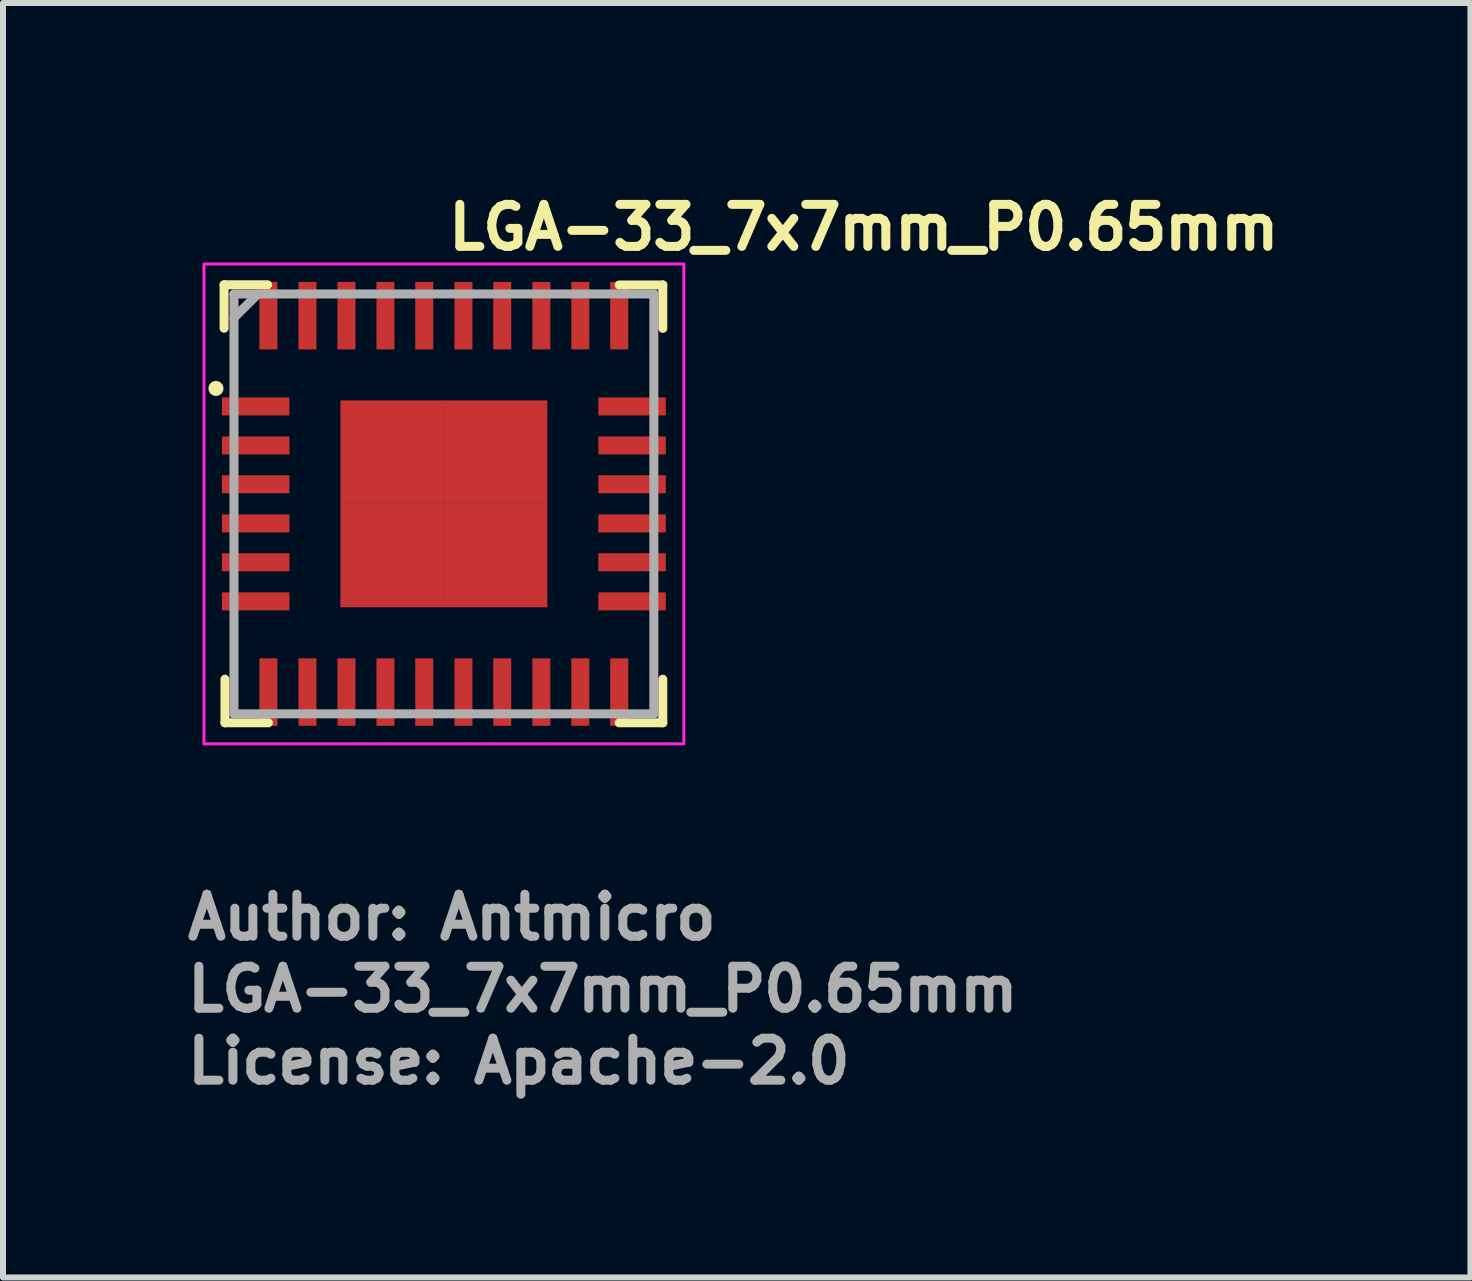
<source format=kicad_pcb>
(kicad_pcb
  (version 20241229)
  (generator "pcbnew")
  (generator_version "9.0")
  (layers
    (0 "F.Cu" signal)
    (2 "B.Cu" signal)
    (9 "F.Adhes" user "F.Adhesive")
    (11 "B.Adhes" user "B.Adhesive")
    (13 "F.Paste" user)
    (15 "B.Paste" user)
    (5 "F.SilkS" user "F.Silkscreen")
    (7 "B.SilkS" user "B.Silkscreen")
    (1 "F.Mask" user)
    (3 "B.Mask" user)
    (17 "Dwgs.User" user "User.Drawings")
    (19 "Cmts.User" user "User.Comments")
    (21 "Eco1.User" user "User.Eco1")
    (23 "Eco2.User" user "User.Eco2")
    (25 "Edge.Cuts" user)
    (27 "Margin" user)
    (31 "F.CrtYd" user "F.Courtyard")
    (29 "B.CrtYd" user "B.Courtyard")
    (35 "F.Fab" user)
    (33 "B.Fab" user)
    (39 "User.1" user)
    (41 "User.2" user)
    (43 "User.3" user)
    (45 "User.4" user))
  (footprint "LGA-33_7x7mm_P0.65mm"
    (layer "F.Cu")
    (at 4.35 5.35)
    (property "Reference" "LGA-33_7x7mm_P0.65mm" (at 0 -4.2 0) (layer "F.SilkS") (effects (font (size 0.7 0.7) (thickness 0.15)) (justify left bottom)))
    (attr smd)
    (fp_line (start -3.665 -3.653) (end -2.94 -3.653) (stroke (width 0.15) (type solid)) (layer "F.SilkS"))
    (fp_line (start -3.665 -2.928) (end -3.665 -3.653) (stroke (width 0.15) (type solid)) (layer "F.SilkS"))
    (fp_line (start -3.65 3.648) (end -3.65 2.922) (stroke (width 0.15) (type solid)) (layer "F.SilkS"))
    (fp_line (start -2.926 3.648) (end -3.65 3.648) (stroke (width 0.15) (type solid)) (layer "F.SilkS"))
    (fp_line (start 2.922 -3.65) (end 3.648 -3.65) (stroke (width 0.15) (type solid)) (layer "F.SilkS"))
    (fp_line (start 2.922 3.648) (end 3.648 3.648) (stroke (width 0.15) (type solid)) (layer "F.SilkS"))
    (fp_line (start 3.648 -3.65) (end 3.648 -2.926) (stroke (width 0.15) (type solid)) (layer "F.SilkS"))
    (fp_line (start 3.648 3.648) (end 3.648 2.922) (stroke (width 0.15) (type solid)) (layer "F.SilkS"))
    (fp_circle (center -3.8 -1.925) (end -3.75 -1.925) (stroke (width 0.15) (type solid)) (fill yes) (layer "F.SilkS"))
    (fp_rect (start -4 -4) (end 3.999 3.999) (stroke (width 0.05) (type solid)) (fill no) (layer "F.CrtYd"))
    (fp_line (start -3.5 -3.5) (end -3.5 3.499) (stroke (width 0.15) (type solid)) (layer "F.Fab"))
    (fp_line (start -3.5 3.499) (end 3.499 3.499) (stroke (width 0.15) (type solid)) (layer "F.Fab"))
    (fp_line (start -3.101 -3.5) (end -3.5 -3.101) (stroke (width 0.15) (type solid)) (layer "F.Fab"))
    (fp_line (start 3.499 -3.5) (end -3.5 -3.5) (stroke (width 0.15) (type solid)) (layer "F.Fab"))
    (fp_line (start 3.499 3.499) (end 3.499 -3.5) (stroke (width 0.15) (type solid)) (layer "F.Fab"))
    (fp_rect (start -3.5 -3.5) (end 3.499 3.499) (stroke (width 0.1) (type solid)) (fill no) (layer "User.5"))
    (fp_line (start -3.5 -3.5) (end -3.5 3.499) (stroke (width 0.02) (type solid)) (layer "User.9"))
    (fp_line (start -3.5 3.499) (end 3.499 3.499) (stroke (width 0.02) (type solid)) (layer "User.9"))
    (fp_line (start -3 -2.621) (end -3 -2.601) (stroke (width 0.02) (type solid)) (layer "User.9"))
    (fp_line (start -3 -2.621) (end -3 -2.601) (stroke (width 0.02) (type solid)) (layer "User.9"))
    (fp_line (start -3 -2.601) (end -3 -2.601) (stroke (width 0.02) (type solid)) (layer "User.9"))
    (fp_line (start -3 -2.601) (end -3 -2.601) (stroke (width 0.02) (type solid)) (layer "User.9"))
    (fp_line (start -3 -2.601) (end -3 -2.581) (stroke (width 0.02) (type solid)) (layer "User.9"))
    (fp_line (start -3 -2.601) (end -3 -2.581) (stroke (width 0.02) (type solid)) (layer "User.9"))
    (fp_line (start -3 -2.581) (end -2.999 -2.56) (stroke (width 0.02) (type solid)) (layer "User.9"))
    (fp_line (start -3 -2.581) (end -2.999 -2.56) (stroke (width 0.02) (type solid)) (layer "User.9"))
    (fp_line (start -2.999 -2.641) (end -3 -2.621) (stroke (width 0.02) (type solid)) (layer "User.9"))
    (fp_line (start -2.999 -2.641) (end -3 -2.621) (stroke (width 0.02) (type solid)) (layer "User.9"))
    (fp_line (start -2.999 -2.56) (end -2.996 -2.54) (stroke (width 0.02) (type solid)) (layer "User.9"))
    (fp_line (start -2.999 -2.56) (end -2.996 -2.54) (stroke (width 0.02) (type solid)) (layer "User.9"))
    (fp_line (start -2.996 -2.661) (end -2.999 -2.641) (stroke (width 0.02) (type solid)) (layer "User.9"))
    (fp_line (start -2.996 -2.661) (end -2.999 -2.641) (stroke (width 0.02) (type solid)) (layer "User.9"))
    (fp_line (start -2.996 -2.54) (end -2.992 -2.52) (stroke (width 0.02) (type solid)) (layer "User.9"))
    (fp_line (start -2.996 -2.54) (end -2.992 -2.52) (stroke (width 0.02) (type solid)) (layer "User.9"))
    (fp_line (start -2.992 -2.681) (end -2.996 -2.661) (stroke (width 0.02) (type solid)) (layer "User.9"))
    (fp_line (start -2.992 -2.681) (end -2.996 -2.661) (stroke (width 0.02) (type solid)) (layer "User.9"))
    (fp_line (start -2.992 -2.52) (end -2.988 -2.501) (stroke (width 0.02) (type solid)) (layer "User.9"))
    (fp_line (start -2.992 -2.52) (end -2.988 -2.501) (stroke (width 0.02) (type solid)) (layer "User.9"))
    (fp_line (start -2.988 -2.701) (end -2.992 -2.681) (stroke (width 0.02) (type solid)) (layer "User.9"))
    (fp_line (start -2.988 -2.701) (end -2.992 -2.681) (stroke (width 0.02) (type solid)) (layer "User.9"))
    (fp_line (start -2.988 -2.501) (end -2.983 -2.483) (stroke (width 0.02) (type solid)) (layer "User.9"))
    (fp_line (start -2.988 -2.501) (end -2.983 -2.483) (stroke (width 0.02) (type solid)) (layer "User.9"))
    (fp_line (start -2.983 -2.719) (end -2.988 -2.701) (stroke (width 0.02) (type solid)) (layer "User.9"))
    (fp_line (start -2.983 -2.719) (end -2.988 -2.701) (stroke (width 0.02) (type solid)) (layer "User.9"))
    (fp_line (start -2.983 -2.483) (end -2.976 -2.464) (stroke (width 0.02) (type solid)) (layer "User.9"))
    (fp_line (start -2.983 -2.483) (end -2.976 -2.464) (stroke (width 0.02) (type solid)) (layer "User.9"))
    (fp_line (start -2.976 -2.738) (end -2.983 -2.719) (stroke (width 0.02) (type solid)) (layer "User.9"))
    (fp_line (start -2.976 -2.738) (end -2.983 -2.719) (stroke (width 0.02) (type solid)) (layer "User.9"))
    (fp_line (start -2.976 -2.464) (end -2.969 -2.445) (stroke (width 0.02) (type solid)) (layer "User.9"))
    (fp_line (start -2.976 -2.464) (end -2.969 -2.445) (stroke (width 0.02) (type solid)) (layer "User.9"))
    (fp_line (start -2.969 -2.757) (end -2.976 -2.738) (stroke (width 0.02) (type solid)) (layer "User.9"))
    (fp_line (start -2.969 -2.757) (end -2.976 -2.738) (stroke (width 0.02) (type solid)) (layer "User.9"))
    (fp_line (start -2.969 -2.445) (end -2.961 -2.427) (stroke (width 0.02) (type solid)) (layer "User.9"))
    (fp_line (start -2.969 -2.445) (end -2.961 -2.427) (stroke (width 0.02) (type solid)) (layer "User.9"))
    (fp_line (start -2.961 -2.774) (end -2.969 -2.757) (stroke (width 0.02) (type solid)) (layer "User.9"))
    (fp_line (start -2.961 -2.774) (end -2.969 -2.757) (stroke (width 0.02) (type solid)) (layer "User.9"))
    (fp_line (start -2.961 -2.427) (end -2.952 -2.411) (stroke (width 0.02) (type solid)) (layer "User.9"))
    (fp_line (start -2.961 -2.427) (end -2.952 -2.411) (stroke (width 0.02) (type solid)) (layer "User.9"))
    (fp_line (start -2.952 -2.791) (end -2.961 -2.774) (stroke (width 0.02) (type solid)) (layer "User.9"))
    (fp_line (start -2.952 -2.791) (end -2.961 -2.774) (stroke (width 0.02) (type solid)) (layer "User.9"))
    (fp_line (start -2.952 -2.411) (end -2.943 -2.394) (stroke (width 0.02) (type solid)) (layer "User.9"))
    (fp_line (start -2.952 -2.411) (end -2.943 -2.394) (stroke (width 0.02) (type solid)) (layer "User.9"))
    (fp_line (start -2.943 -2.809) (end -2.952 -2.791) (stroke (width 0.02) (type solid)) (layer "User.9"))
    (fp_line (start -2.943 -2.809) (end -2.952 -2.791) (stroke (width 0.02) (type solid)) (layer "User.9"))
    (fp_line (start -2.943 -2.394) (end -2.932 -2.378) (stroke (width 0.02) (type solid)) (layer "User.9"))
    (fp_line (start -2.943 -2.394) (end -2.932 -2.378) (stroke (width 0.02) (type solid)) (layer "User.9"))
    (fp_line (start -2.932 -2.824) (end -2.943 -2.809) (stroke (width 0.02) (type solid)) (layer "User.9"))
    (fp_line (start -2.932 -2.824) (end -2.943 -2.809) (stroke (width 0.02) (type solid)) (layer "User.9"))
    (fp_line (start -2.932 -2.378) (end -2.922 -2.362) (stroke (width 0.02) (type solid)) (layer "User.9"))
    (fp_line (start -2.932 -2.378) (end -2.922 -2.362) (stroke (width 0.02) (type solid)) (layer "User.9"))
    (fp_line (start -2.922 -2.84) (end -2.932 -2.824) (stroke (width 0.02) (type solid)) (layer "User.9"))
    (fp_line (start -2.922 -2.84) (end -2.932 -2.824) (stroke (width 0.02) (type solid)) (layer "User.9"))
    (fp_line (start -2.922 -2.362) (end -2.91 -2.347) (stroke (width 0.02) (type solid)) (layer "User.9"))
    (fp_line (start -2.922 -2.362) (end -2.91 -2.347) (stroke (width 0.02) (type solid)) (layer "User.9"))
    (fp_line (start -2.91 -2.855) (end -2.922 -2.84) (stroke (width 0.02) (type solid)) (layer "User.9"))
    (fp_line (start -2.91 -2.855) (end -2.922 -2.84) (stroke (width 0.02) (type solid)) (layer "User.9"))
    (fp_line (start -2.91 -2.347) (end -2.896 -2.332) (stroke (width 0.02) (type solid)) (layer "User.9"))
    (fp_line (start -2.91 -2.347) (end -2.896 -2.332) (stroke (width 0.02) (type solid)) (layer "User.9"))
    (fp_line (start -2.896 -2.87) (end -2.91 -2.855) (stroke (width 0.02) (type solid)) (layer "User.9"))
    (fp_line (start -2.896 -2.87) (end -2.91 -2.855) (stroke (width 0.02) (type solid)) (layer "User.9"))
    (fp_line (start -2.896 -2.332) (end -2.883 -2.319) (stroke (width 0.02) (type solid)) (layer "User.9"))
    (fp_line (start -2.896 -2.332) (end -2.883 -2.319) (stroke (width 0.02) (type solid)) (layer "User.9"))
    (fp_line (start -2.883 -2.883) (end -2.896 -2.87) (stroke (width 0.02) (type solid)) (layer "User.9"))
    (fp_line (start -2.883 -2.883) (end -2.896 -2.87) (stroke (width 0.02) (type solid)) (layer "User.9"))
    (fp_line (start -2.883 -2.319) (end -2.87 -2.305) (stroke (width 0.02) (type solid)) (layer "User.9"))
    (fp_line (start -2.883 -2.319) (end -2.87 -2.305) (stroke (width 0.02) (type solid)) (layer "User.9"))
    (fp_line (start -2.87 -2.898) (end -2.883 -2.883) (stroke (width 0.02) (type solid)) (layer "User.9"))
    (fp_line (start -2.87 -2.898) (end -2.883 -2.883) (stroke (width 0.02) (type solid)) (layer "User.9"))
    (fp_line (start -2.87 -2.305) (end -2.855 -2.293) (stroke (width 0.02) (type solid)) (layer "User.9"))
    (fp_line (start -2.87 -2.305) (end -2.855 -2.293) (stroke (width 0.02) (type solid)) (layer "User.9"))
    (fp_line (start -2.855 -2.91) (end -2.87 -2.898) (stroke (width 0.02) (type solid)) (layer "User.9"))
    (fp_line (start -2.855 -2.91) (end -2.87 -2.898) (stroke (width 0.02) (type solid)) (layer "User.9"))
    (fp_line (start -2.855 -2.293) (end -2.84 -2.281) (stroke (width 0.02) (type solid)) (layer "User.9"))
    (fp_line (start -2.855 -2.293) (end -2.84 -2.281) (stroke (width 0.02) (type solid)) (layer "User.9"))
    (fp_line (start -2.84 -2.922) (end -2.855 -2.91) (stroke (width 0.02) (type solid)) (layer "User.9"))
    (fp_line (start -2.84 -2.922) (end -2.855 -2.91) (stroke (width 0.02) (type solid)) (layer "User.9"))
    (fp_line (start -2.84 -2.281) (end -2.824 -2.27) (stroke (width 0.02) (type solid)) (layer "User.9"))
    (fp_line (start -2.84 -2.281) (end -2.824 -2.27) (stroke (width 0.02) (type solid)) (layer "User.9"))
    (fp_line (start -2.824 -2.932) (end -2.84 -2.922) (stroke (width 0.02) (type solid)) (layer "User.9"))
    (fp_line (start -2.824 -2.932) (end -2.84 -2.922) (stroke (width 0.02) (type solid)) (layer "User.9"))
    (fp_line (start -2.824 -2.27) (end -2.809 -2.258) (stroke (width 0.02) (type solid)) (layer "User.9"))
    (fp_line (start -2.824 -2.27) (end -2.809 -2.258) (stroke (width 0.02) (type solid)) (layer "User.9"))
    (fp_line (start -2.809 -2.943) (end -2.824 -2.932) (stroke (width 0.02) (type solid)) (layer "User.9"))
    (fp_line (start -2.809 -2.943) (end -2.824 -2.932) (stroke (width 0.02) (type solid)) (layer "User.9"))
    (fp_line (start -2.809 -2.258) (end -2.791 -2.25) (stroke (width 0.02) (type solid)) (layer "User.9"))
    (fp_line (start -2.809 -2.258) (end -2.791 -2.25) (stroke (width 0.02) (type solid)) (layer "User.9"))
    (fp_line (start -2.791 -2.952) (end -2.809 -2.943) (stroke (width 0.02) (type solid)) (layer "User.9"))
    (fp_line (start -2.791 -2.952) (end -2.809 -2.943) (stroke (width 0.02) (type solid)) (layer "User.9"))
    (fp_line (start -2.791 -2.25) (end -2.774 -2.241) (stroke (width 0.02) (type solid)) (layer "User.9"))
    (fp_line (start -2.791 -2.25) (end -2.774 -2.241) (stroke (width 0.02) (type solid)) (layer "User.9"))
    (fp_line (start -2.774 -2.961) (end -2.791 -2.952) (stroke (width 0.02) (type solid)) (layer "User.9"))
    (fp_line (start -2.774 -2.961) (end -2.791 -2.952) (stroke (width 0.02) (type solid)) (layer "User.9"))
    (fp_line (start -2.774 -2.241) (end -2.757 -2.233) (stroke (width 0.02) (type solid)) (layer "User.9"))
    (fp_line (start -2.774 -2.241) (end -2.757 -2.233) (stroke (width 0.02) (type solid)) (layer "User.9"))
    (fp_line (start -2.757 -2.969) (end -2.774 -2.961) (stroke (width 0.02) (type solid)) (layer "User.9"))
    (fp_line (start -2.757 -2.969) (end -2.774 -2.961) (stroke (width 0.02) (type solid)) (layer "User.9"))
    (fp_line (start -2.757 -2.233) (end -2.738 -2.226) (stroke (width 0.02) (type solid)) (layer "User.9"))
    (fp_line (start -2.757 -2.233) (end -2.738 -2.226) (stroke (width 0.02) (type solid)) (layer "User.9"))
    (fp_line (start -2.738 -2.976) (end -2.757 -2.969) (stroke (width 0.02) (type solid)) (layer "User.9"))
    (fp_line (start -2.738 -2.976) (end -2.757 -2.969) (stroke (width 0.02) (type solid)) (layer "User.9"))
    (fp_line (start -2.738 -2.226) (end -2.719 -2.219) (stroke (width 0.02) (type solid)) (layer "User.9"))
    (fp_line (start -2.738 -2.226) (end -2.719 -2.219) (stroke (width 0.02) (type solid)) (layer "User.9"))
    (fp_line (start -2.719 -2.983) (end -2.738 -2.976) (stroke (width 0.02) (type solid)) (layer "User.9"))
    (fp_line (start -2.719 -2.983) (end -2.738 -2.976) (stroke (width 0.02) (type solid)) (layer "User.9"))
    (fp_line (start -2.719 -2.219) (end -2.701 -2.214) (stroke (width 0.02) (type solid)) (layer "User.9"))
    (fp_line (start -2.719 -2.219) (end -2.701 -2.214) (stroke (width 0.02) (type solid)) (layer "User.9"))
    (fp_line (start -2.701 -2.988) (end -2.719 -2.983) (stroke (width 0.02) (type solid)) (layer "User.9"))
    (fp_line (start -2.701 -2.988) (end -2.719 -2.983) (stroke (width 0.02) (type solid)) (layer "User.9"))
    (fp_line (start -2.701 -2.214) (end -2.681 -2.21) (stroke (width 0.02) (type solid)) (layer "User.9"))
    (fp_line (start -2.701 -2.214) (end -2.681 -2.21) (stroke (width 0.02) (type solid)) (layer "User.9"))
    (fp_line (start -2.681 -2.992) (end -2.701 -2.988) (stroke (width 0.02) (type solid)) (layer "User.9"))
    (fp_line (start -2.681 -2.992) (end -2.701 -2.988) (stroke (width 0.02) (type solid)) (layer "User.9"))
    (fp_line (start -2.681 -2.21) (end -2.661 -2.206) (stroke (width 0.02) (type solid)) (layer "User.9"))
    (fp_line (start -2.681 -2.21) (end -2.661 -2.206) (stroke (width 0.02) (type solid)) (layer "User.9"))
    (fp_line (start -2.661 -2.996) (end -2.681 -2.992) (stroke (width 0.02) (type solid)) (layer "User.9"))
    (fp_line (start -2.661 -2.996) (end -2.681 -2.992) (stroke (width 0.02) (type solid)) (layer "User.9"))
    (fp_line (start -2.661 -2.206) (end -2.641 -2.203) (stroke (width 0.02) (type solid)) (layer "User.9"))
    (fp_line (start -2.661 -2.206) (end -2.641 -2.203) (stroke (width 0.02) (type solid)) (layer "User.9"))
    (fp_line (start -2.641 -2.999) (end -2.661 -2.996) (stroke (width 0.02) (type solid)) (layer "User.9"))
    (fp_line (start -2.641 -2.999) (end -2.661 -2.996) (stroke (width 0.02) (type solid)) (layer "User.9"))
    (fp_line (start -2.641 -2.203) (end -2.621 -2.202) (stroke (width 0.02) (type solid)) (layer "User.9"))
    (fp_line (start -2.641 -2.203) (end -2.621 -2.202) (stroke (width 0.02) (type solid)) (layer "User.9"))
    (fp_line (start -2.621 -3) (end -2.641 -2.999) (stroke (width 0.02) (type solid)) (layer "User.9"))
    (fp_line (start -2.621 -3) (end -2.641 -2.999) (stroke (width 0.02) (type solid)) (layer "User.9"))
    (fp_line (start -2.621 -2.202) (end -2.601 -2.202) (stroke (width 0.02) (type solid)) (layer "User.9"))
    (fp_line (start -2.621 -2.202) (end -2.601 -2.202) (stroke (width 0.02) (type solid)) (layer "User.9"))
    (fp_line (start -2.601 -3) (end -2.621 -3) (stroke (width 0.02) (type solid)) (layer "User.9"))
    (fp_line (start -2.601 -3) (end -2.621 -3) (stroke (width 0.02) (type solid)) (layer "User.9"))
    (fp_line (start -2.601 -2.202) (end -2.581 -2.202) (stroke (width 0.02) (type solid)) (layer "User.9"))
    (fp_line (start -2.601 -2.202) (end -2.581 -2.202) (stroke (width 0.02) (type solid)) (layer "User.9"))
    (fp_line (start -2.581 -3) (end -2.601 -3) (stroke (width 0.02) (type solid)) (layer "User.9"))
    (fp_line (start -2.581 -3) (end -2.601 -3) (stroke (width 0.02) (type solid)) (layer "User.9"))
    (fp_line (start -2.581 -2.202) (end -2.56 -2.203) (stroke (width 0.02) (type solid)) (layer "User.9"))
    (fp_line (start -2.581 -2.202) (end -2.56 -2.203) (stroke (width 0.02) (type solid)) (layer "User.9"))
    (fp_line (start -2.56 -2.999) (end -2.581 -3) (stroke (width 0.02) (type solid)) (layer "User.9"))
    (fp_line (start -2.56 -2.999) (end -2.581 -3) (stroke (width 0.02) (type solid)) (layer "User.9"))
    (fp_line (start -2.56 -2.203) (end -2.54 -2.206) (stroke (width 0.02) (type solid)) (layer "User.9"))
    (fp_line (start -2.56 -2.203) (end -2.54 -2.206) (stroke (width 0.02) (type solid)) (layer "User.9"))
    (fp_line (start -2.54 -2.996) (end -2.56 -2.999) (stroke (width 0.02) (type solid)) (layer "User.9"))
    (fp_line (start -2.54 -2.996) (end -2.56 -2.999) (stroke (width 0.02) (type solid)) (layer "User.9"))
    (fp_line (start -2.54 -2.206) (end -2.52 -2.21) (stroke (width 0.02) (type solid)) (layer "User.9"))
    (fp_line (start -2.54 -2.206) (end -2.52 -2.21) (stroke (width 0.02) (type solid)) (layer "User.9"))
    (fp_line (start -2.52 -2.992) (end -2.54 -2.996) (stroke (width 0.02) (type solid)) (layer "User.9"))
    (fp_line (start -2.52 -2.992) (end -2.54 -2.996) (stroke (width 0.02) (type solid)) (layer "User.9"))
    (fp_line (start -2.52 -2.21) (end -2.501 -2.214) (stroke (width 0.02) (type solid)) (layer "User.9"))
    (fp_line (start -2.52 -2.21) (end -2.501 -2.214) (stroke (width 0.02) (type solid)) (layer "User.9"))
    (fp_line (start -2.501 -2.988) (end -2.52 -2.992) (stroke (width 0.02) (type solid)) (layer "User.9"))
    (fp_line (start -2.501 -2.988) (end -2.52 -2.992) (stroke (width 0.02) (type solid)) (layer "User.9"))
    (fp_line (start -2.501 -2.214) (end -2.483 -2.219) (stroke (width 0.02) (type solid)) (layer "User.9"))
    (fp_line (start -2.501 -2.214) (end -2.483 -2.219) (stroke (width 0.02) (type solid)) (layer "User.9"))
    (fp_line (start -2.483 -2.983) (end -2.501 -2.988) (stroke (width 0.02) (type solid)) (layer "User.9"))
    (fp_line (start -2.483 -2.983) (end -2.501 -2.988) (stroke (width 0.02) (type solid)) (layer "User.9"))
    (fp_line (start -2.483 -2.219) (end -2.464 -2.226) (stroke (width 0.02) (type solid)) (layer "User.9"))
    (fp_line (start -2.483 -2.219) (end -2.464 -2.226) (stroke (width 0.02) (type solid)) (layer "User.9"))
    (fp_line (start -2.464 -2.976) (end -2.483 -2.983) (stroke (width 0.02) (type solid)) (layer "User.9"))
    (fp_line (start -2.464 -2.976) (end -2.483 -2.983) (stroke (width 0.02) (type solid)) (layer "User.9"))
    (fp_line (start -2.464 -2.226) (end -2.445 -2.233) (stroke (width 0.02) (type solid)) (layer "User.9"))
    (fp_line (start -2.464 -2.226) (end -2.445 -2.233) (stroke (width 0.02) (type solid)) (layer "User.9"))
    (fp_line (start -2.445 -2.969) (end -2.464 -2.976) (stroke (width 0.02) (type solid)) (layer "User.9"))
    (fp_line (start -2.445 -2.969) (end -2.464 -2.976) (stroke (width 0.02) (type solid)) (layer "User.9"))
    (fp_line (start -2.445 -2.233) (end -2.427 -2.241) (stroke (width 0.02) (type solid)) (layer "User.9"))
    (fp_line (start -2.445 -2.233) (end -2.427 -2.241) (stroke (width 0.02) (type solid)) (layer "User.9"))
    (fp_line (start -2.427 -2.961) (end -2.445 -2.969) (stroke (width 0.02) (type solid)) (layer "User.9"))
    (fp_line (start -2.427 -2.961) (end -2.445 -2.969) (stroke (width 0.02) (type solid)) (layer "User.9"))
    (fp_line (start -2.427 -2.241) (end -2.411 -2.25) (stroke (width 0.02) (type solid)) (layer "User.9"))
    (fp_line (start -2.427 -2.241) (end -2.411 -2.25) (stroke (width 0.02) (type solid)) (layer "User.9"))
    (fp_line (start -2.411 -2.952) (end -2.427 -2.961) (stroke (width 0.02) (type solid)) (layer "User.9"))
    (fp_line (start -2.411 -2.952) (end -2.427 -2.961) (stroke (width 0.02) (type solid)) (layer "User.9"))
    (fp_line (start -2.411 -2.25) (end -2.394 -2.258) (stroke (width 0.02) (type solid)) (layer "User.9"))
    (fp_line (start -2.411 -2.25) (end -2.394 -2.258) (stroke (width 0.02) (type solid)) (layer "User.9"))
    (fp_line (start -2.394 -2.943) (end -2.411 -2.952) (stroke (width 0.02) (type solid)) (layer "User.9"))
    (fp_line (start -2.394 -2.943) (end -2.411 -2.952) (stroke (width 0.02) (type solid)) (layer "User.9"))
    (fp_line (start -2.394 -2.258) (end -2.378 -2.27) (stroke (width 0.02) (type solid)) (layer "User.9"))
    (fp_line (start -2.394 -2.258) (end -2.378 -2.27) (stroke (width 0.02) (type solid)) (layer "User.9"))
    (fp_line (start -2.378 -2.932) (end -2.394 -2.943) (stroke (width 0.02) (type solid)) (layer "User.9"))
    (fp_line (start -2.378 -2.932) (end -2.394 -2.943) (stroke (width 0.02) (type solid)) (layer "User.9"))
    (fp_line (start -2.378 -2.27) (end -2.362 -2.281) (stroke (width 0.02) (type solid)) (layer "User.9"))
    (fp_line (start -2.378 -2.27) (end -2.362 -2.281) (stroke (width 0.02) (type solid)) (layer "User.9"))
    (fp_line (start -2.362 -2.922) (end -2.378 -2.932) (stroke (width 0.02) (type solid)) (layer "User.9"))
    (fp_line (start -2.362 -2.922) (end -2.378 -2.932) (stroke (width 0.02) (type solid)) (layer "User.9"))
    (fp_line (start -2.362 -2.281) (end -2.347 -2.293) (stroke (width 0.02) (type solid)) (layer "User.9"))
    (fp_line (start -2.362 -2.281) (end -2.347 -2.293) (stroke (width 0.02) (type solid)) (layer "User.9"))
    (fp_line (start -2.347 -2.91) (end -2.362 -2.922) (stroke (width 0.02) (type solid)) (layer "User.9"))
    (fp_line (start -2.347 -2.91) (end -2.362 -2.922) (stroke (width 0.02) (type solid)) (layer "User.9"))
    (fp_line (start -2.347 -2.293) (end -2.332 -2.305) (stroke (width 0.02) (type solid)) (layer "User.9"))
    (fp_line (start -2.347 -2.293) (end -2.332 -2.305) (stroke (width 0.02) (type solid)) (layer "User.9"))
    (fp_line (start -2.332 -2.898) (end -2.347 -2.91) (stroke (width 0.02) (type solid)) (layer "User.9"))
    (fp_line (start -2.332 -2.898) (end -2.347 -2.91) (stroke (width 0.02) (type solid)) (layer "User.9"))
    (fp_line (start -2.332 -2.305) (end -2.319 -2.319) (stroke (width 0.02) (type solid)) (layer "User.9"))
    (fp_line (start -2.332 -2.305) (end -2.319 -2.319) (stroke (width 0.02) (type solid)) (layer "User.9"))
    (fp_line (start -2.319 -2.883) (end -2.332 -2.898) (stroke (width 0.02) (type solid)) (layer "User.9"))
    (fp_line (start -2.319 -2.883) (end -2.332 -2.898) (stroke (width 0.02) (type solid)) (layer "User.9"))
    (fp_line (start -2.319 -2.319) (end -2.306 -2.332) (stroke (width 0.02) (type solid)) (layer "User.9"))
    (fp_line (start -2.319 -2.319) (end -2.306 -2.332) (stroke (width 0.02) (type solid)) (layer "User.9"))
    (fp_line (start -2.306 -2.87) (end -2.319 -2.883) (stroke (width 0.02) (type solid)) (layer "User.9"))
    (fp_line (start -2.306 -2.87) (end -2.319 -2.883) (stroke (width 0.02) (type solid)) (layer "User.9"))
    (fp_line (start -2.306 -2.332) (end -2.293 -2.347) (stroke (width 0.02) (type solid)) (layer "User.9"))
    (fp_line (start -2.306 -2.332) (end -2.293 -2.347) (stroke (width 0.02) (type solid)) (layer "User.9"))
    (fp_line (start -2.293 -2.855) (end -2.306 -2.87) (stroke (width 0.02) (type solid)) (layer "User.9"))
    (fp_line (start -2.293 -2.855) (end -2.306 -2.87) (stroke (width 0.02) (type solid)) (layer "User.9"))
    (fp_line (start -2.293 -2.347) (end -2.281 -2.362) (stroke (width 0.02) (type solid)) (layer "User.9"))
    (fp_line (start -2.293 -2.347) (end -2.281 -2.362) (stroke (width 0.02) (type solid)) (layer "User.9"))
    (fp_line (start -2.281 -2.84) (end -2.293 -2.855) (stroke (width 0.02) (type solid)) (layer "User.9"))
    (fp_line (start -2.281 -2.84) (end -2.293 -2.855) (stroke (width 0.02) (type solid)) (layer "User.9"))
    (fp_line (start -2.281 -2.362) (end -2.27 -2.378) (stroke (width 0.02) (type solid)) (layer "User.9"))
    (fp_line (start -2.281 -2.362) (end -2.27 -2.378) (stroke (width 0.02) (type solid)) (layer "User.9"))
    (fp_line (start -2.27 -2.824) (end -2.281 -2.84) (stroke (width 0.02) (type solid)) (layer "User.9"))
    (fp_line (start -2.27 -2.824) (end -2.281 -2.84) (stroke (width 0.02) (type solid)) (layer "User.9"))
    (fp_line (start -2.27 -2.378) (end -2.259 -2.394) (stroke (width 0.02) (type solid)) (layer "User.9"))
    (fp_line (start -2.27 -2.378) (end -2.259 -2.394) (stroke (width 0.02) (type solid)) (layer "User.9"))
    (fp_line (start -2.259 -2.809) (end -2.27 -2.824) (stroke (width 0.02) (type solid)) (layer "User.9"))
    (fp_line (start -2.259 -2.809) (end -2.27 -2.824) (stroke (width 0.02) (type solid)) (layer "User.9"))
    (fp_line (start -2.259 -2.394) (end -2.25 -2.411) (stroke (width 0.02) (type solid)) (layer "User.9"))
    (fp_line (start -2.259 -2.394) (end -2.25 -2.411) (stroke (width 0.02) (type solid)) (layer "User.9"))
    (fp_line (start -2.25 -2.791) (end -2.259 -2.809) (stroke (width 0.02) (type solid)) (layer "User.9"))
    (fp_line (start -2.25 -2.791) (end -2.259 -2.809) (stroke (width 0.02) (type solid)) (layer "User.9"))
    (fp_line (start -2.25 -2.411) (end -2.241 -2.427) (stroke (width 0.02) (type solid)) (layer "User.9"))
    (fp_line (start -2.25 -2.411) (end -2.241 -2.427) (stroke (width 0.02) (type solid)) (layer "User.9"))
    (fp_line (start -2.241 -2.774) (end -2.25 -2.791) (stroke (width 0.02) (type solid)) (layer "User.9"))
    (fp_line (start -2.241 -2.774) (end -2.25 -2.791) (stroke (width 0.02) (type solid)) (layer "User.9"))
    (fp_line (start -2.241 -2.427) (end -2.233 -2.445) (stroke (width 0.02) (type solid)) (layer "User.9"))
    (fp_line (start -2.241 -2.427) (end -2.233 -2.445) (stroke (width 0.02) (type solid)) (layer "User.9"))
    (fp_line (start -2.233 -2.757) (end -2.241 -2.774) (stroke (width 0.02) (type solid)) (layer "User.9"))
    (fp_line (start -2.233 -2.757) (end -2.241 -2.774) (stroke (width 0.02) (type solid)) (layer "User.9"))
    (fp_line (start -2.233 -2.445) (end -2.226 -2.464) (stroke (width 0.02) (type solid)) (layer "User.9"))
    (fp_line (start -2.233 -2.445) (end -2.226 -2.464) (stroke (width 0.02) (type solid)) (layer "User.9"))
    (fp_line (start -2.226 -2.738) (end -2.233 -2.757) (stroke (width 0.02) (type solid)) (layer "User.9"))
    (fp_line (start -2.226 -2.738) (end -2.233 -2.757) (stroke (width 0.02) (type solid)) (layer "User.9"))
    (fp_line (start -2.226 -2.464) (end -2.219 -2.483) (stroke (width 0.02) (type solid)) (layer "User.9"))
    (fp_line (start -2.226 -2.464) (end -2.219 -2.483) (stroke (width 0.02) (type solid)) (layer "User.9"))
    (fp_line (start -2.219 -2.719) (end -2.226 -2.738) (stroke (width 0.02) (type solid)) (layer "User.9"))
    (fp_line (start -2.219 -2.719) (end -2.226 -2.738) (stroke (width 0.02) (type solid)) (layer "User.9"))
    (fp_line (start -2.219 -2.483) (end -2.214 -2.501) (stroke (width 0.02) (type solid)) (layer "User.9"))
    (fp_line (start -2.219 -2.483) (end -2.214 -2.501) (stroke (width 0.02) (type solid)) (layer "User.9"))
    (fp_line (start -2.214 -2.701) (end -2.219 -2.719) (stroke (width 0.02) (type solid)) (layer "User.9"))
    (fp_line (start -2.214 -2.701) (end -2.219 -2.719) (stroke (width 0.02) (type solid)) (layer "User.9"))
    (fp_line (start -2.214 -2.501) (end -2.21 -2.52) (stroke (width 0.02) (type solid)) (layer "User.9"))
    (fp_line (start -2.214 -2.501) (end -2.21 -2.52) (stroke (width 0.02) (type solid)) (layer "User.9"))
    (fp_line (start -2.21 -2.681) (end -2.214 -2.701) (stroke (width 0.02) (type solid)) (layer "User.9"))
    (fp_line (start -2.21 -2.681) (end -2.214 -2.701) (stroke (width 0.02) (type solid)) (layer "User.9"))
    (fp_line (start -2.21 -2.52) (end -2.206 -2.54) (stroke (width 0.02) (type solid)) (layer "User.9"))
    (fp_line (start -2.21 -2.52) (end -2.206 -2.54) (stroke (width 0.02) (type solid)) (layer "User.9"))
    (fp_line (start -2.206 -2.661) (end -2.21 -2.681) (stroke (width 0.02) (type solid)) (layer "User.9"))
    (fp_line (start -2.206 -2.661) (end -2.21 -2.681) (stroke (width 0.02) (type solid)) (layer "User.9"))
    (fp_line (start -2.206 -2.54) (end -2.203 -2.56) (stroke (width 0.02) (type solid)) (layer "User.9"))
    (fp_line (start -2.206 -2.54) (end -2.203 -2.56) (stroke (width 0.02) (type solid)) (layer "User.9"))
    (fp_line (start -2.203 -2.641) (end -2.206 -2.661) (stroke (width 0.02) (type solid)) (layer "User.9"))
    (fp_line (start -2.203 -2.641) (end -2.206 -2.661) (stroke (width 0.02) (type solid)) (layer "User.9"))
    (fp_line (start -2.203 -2.56) (end -2.202 -2.581) (stroke (width 0.02) (type solid)) (layer "User.9"))
    (fp_line (start -2.203 -2.56) (end -2.202 -2.581) (stroke (width 0.02) (type solid)) (layer "User.9"))
    (fp_line (start -2.202 -2.621) (end -2.203 -2.641) (stroke (width 0.02) (type solid)) (layer "User.9"))
    (fp_line (start -2.202 -2.621) (end -2.203 -2.641) (stroke (width 0.02) (type solid)) (layer "User.9"))
    (fp_line (start -2.202 -2.601) (end -2.202 -2.621) (stroke (width 0.02) (type solid)) (layer "User.9"))
    (fp_line (start -2.202 -2.601) (end -2.202 -2.621) (stroke (width 0.02) (type solid)) (layer "User.9"))
    (fp_line (start -2.202 -2.601) (end -2.202 -2.601) (stroke (width 0.02) (type solid)) (layer "User.9"))
    (fp_line (start -2.202 -2.601) (end -2.202 -2.601) (stroke (width 0.02) (type solid)) (layer "User.9"))
    (fp_line (start -2.202 -2.581) (end -2.202 -2.601) (stroke (width 0.02) (type solid)) (layer "User.9"))
    (fp_line (start -2.202 -2.581) (end -2.202 -2.601) (stroke (width 0.02) (type solid)) (layer "User.9"))
    (fp_line (start 3.499 -3.5) (end -3.5 -3.5) (stroke (width 0.02) (type solid)) (layer "User.9"))
    (fp_line (start 3.499 3.499) (end 3.499 -3.5) (stroke (width 0.02) (type solid)) (layer "User.9"))
    (fp_text user "License: Apache-2.0" (at -4.35 9.699 0) (layer "F.Fab") (effects (font (size 0.7 0.7) (thickness 0.15)) (justify left bottom)))
    (fp_text user "Author: Antmicro" (at -4.35 7.299 0) (layer "F.Fab") (effects (font (size 0.7 0.7) (thickness 0.15)) (justify left bottom)))
    (fp_text user "${REFERENCE}" (at -4.35 8.499 0) (layer "F.Fab") (effects (font (size 0.7 0.7) (thickness 0.15)) (justify left bottom)))
    (pad "1" smd rect (at -3.138 -1.625 90) (size 0.3 1.125) (layers "F.Cu" "F.Mask" "F.Paste"))
    (pad "2" smd rect (at -3.138 -0.975 90) (size 0.3 1.125) (layers "F.Cu" "F.Mask" "F.Paste"))
    (pad "3" smd rect (at -3.138 -0.328 90) (size 0.3 1.125) (layers "F.Cu" "F.Mask" "F.Paste"))
    (pad "4" smd rect (at -3.138 0.325 90) (size 0.3 1.125) (layers "F.Cu" "F.Mask" "F.Paste"))
    (pad "5" smd rect (at -3.138 0.972 90) (size 0.3 1.125) (layers "F.Cu" "F.Mask" "F.Paste"))
    (pad "6" smd rect (at -3.138 1.624 90) (size 0.3 1.125) (layers "F.Cu" "F.Mask" "F.Paste"))
    (pad "7" smd rect (at -2.926 3.136 180) (size 0.3 1.125) (layers "F.Cu" "F.Mask" "F.Paste"))
    (pad "8" smd rect (at -2.275 3.136 180) (size 0.3 1.125) (layers "F.Cu" "F.Mask" "F.Paste"))
    (pad "9" smd rect (at -1.625 3.136) (size 0.3 1.125) (layers "F.Cu" "F.Mask" "F.Paste"))
    (pad "10" smd rect (at -0.975 3.136) (size 0.3 1.125) (layers "F.Cu" "F.Mask" "F.Paste"))
    (pad "11" smd rect (at -0.328 3.136) (size 0.3 1.125) (layers "F.Cu" "F.Mask" "F.Paste"))
    (pad "12" smd rect (at 0.325 3.136) (size 0.3 1.125) (layers "F.Cu" "F.Mask" "F.Paste"))
    (pad "13" smd rect (at 0.972 3.136) (size 0.3 1.125) (layers "F.Cu" "F.Mask" "F.Paste"))
    (pad "14" smd rect (at 1.624 3.136) (size 0.3 1.125) (layers "F.Cu" "F.Mask" "F.Paste"))
    (pad "15" smd rect (at 2.273 3.136) (size 0.3 1.125) (layers "F.Cu" "F.Mask" "F.Paste"))
    (pad "16" smd rect (at 2.922 3.136) (size 0.3 1.125) (layers "F.Cu" "F.Mask" "F.Paste"))
    (pad "17" smd rect (at 3.136 1.624 90) (size 0.3 1.125) (layers "F.Cu" "F.Mask" "F.Paste"))
    (pad "18" smd rect (at 3.136 0.972 90) (size 0.3 1.125) (layers "F.Cu" "F.Mask" "F.Paste"))
    (pad "19" smd rect (at 3.136 0.325 90) (size 0.3 1.125) (layers "F.Cu" "F.Mask" "F.Paste"))
    (pad "20" smd rect (at 3.136 -0.328 90) (size 0.3 1.125) (layers "F.Cu" "F.Mask" "F.Paste"))
    (pad "21" smd rect (at 3.136 -0.975 90) (size 0.3 1.125) (layers "F.Cu" "F.Mask" "F.Paste"))
    (pad "22" smd rect (at 3.136 -1.625 90) (size 0.3 1.125) (layers "F.Cu" "F.Mask" "F.Paste"))
    (pad "23" smd rect (at 2.922 -3.138 180) (size 0.3 1.125) (layers "F.Cu" "F.Mask" "F.Paste"))
    (pad "24" smd rect (at 2.273 -3.138 180) (size 0.3 1.125) (layers "F.Cu" "F.Mask" "F.Paste"))
    (pad "25" smd rect (at 1.624 -3.138) (size 0.3 1.125) (layers "F.Cu" "F.Mask" "F.Paste"))
    (pad "26" smd rect (at 0.972 -3.138) (size 0.3 1.125) (layers "F.Cu" "F.Mask" "F.Paste"))
    (pad "27" smd rect (at 0.325 -3.138) (size 0.3 1.125) (layers "F.Cu" "F.Mask" "F.Paste"))
    (pad "28" smd rect (at -0.328 -3.138) (size 0.3 1.125) (layers "F.Cu" "F.Mask" "F.Paste"))
    (pad "29" smd rect (at -0.975 -3.138) (size 0.3 1.125) (layers "F.Cu" "F.Mask" "F.Paste"))
    (pad "30" smd rect (at -1.625 -3.138) (size 0.3 1.125) (layers "F.Cu" "F.Mask" "F.Paste"))
    (pad "31" smd rect (at -2.275 -3.138) (size 0.3 1.125) (layers "F.Cu" "F.Mask" "F.Paste"))
    (pad "32" smd rect (at -2.926 -3.138) (size 0.3 1.125) (layers "F.Cu" "F.Mask" "F.Paste"))
    (pad "33" smd rect (at -0.863 -0.863) (size 1.725 1.725) (layers "F.Cu" "F.Mask" "F.Paste"))
    (pad "33" smd rect (at -0.863 0.86) (size 1.725 1.725) (layers "F.Cu" "F.Mask" "F.Paste"))
    (pad "33" smd rect (at 0.86 -0.863) (size 1.725 1.725) (layers "F.Cu" "F.Mask" "F.Paste"))
    (pad "33" smd rect (at 0.86 0.86) (size 1.725 1.725) (layers "F.Cu" "F.Mask" "F.Paste")))
  (gr_rect
    (start -3 -3)
    (end 21.46 18.244)
    (stroke (width 0.1) (type default))
    (fill no)
    (layer "Edge.Cuts")))
</source>
